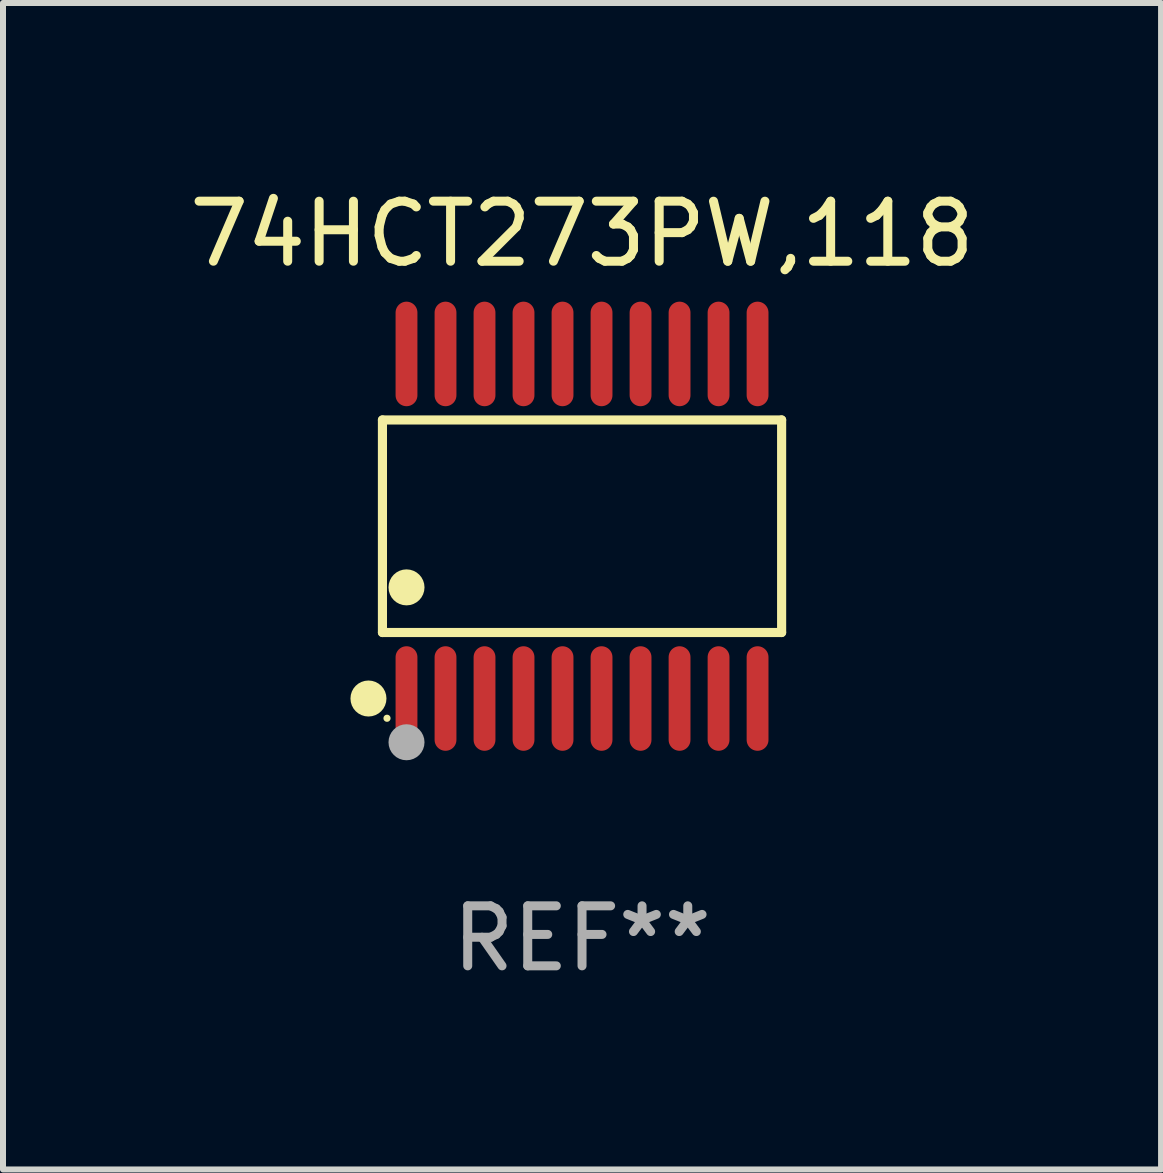
<source format=kicad_pcb>
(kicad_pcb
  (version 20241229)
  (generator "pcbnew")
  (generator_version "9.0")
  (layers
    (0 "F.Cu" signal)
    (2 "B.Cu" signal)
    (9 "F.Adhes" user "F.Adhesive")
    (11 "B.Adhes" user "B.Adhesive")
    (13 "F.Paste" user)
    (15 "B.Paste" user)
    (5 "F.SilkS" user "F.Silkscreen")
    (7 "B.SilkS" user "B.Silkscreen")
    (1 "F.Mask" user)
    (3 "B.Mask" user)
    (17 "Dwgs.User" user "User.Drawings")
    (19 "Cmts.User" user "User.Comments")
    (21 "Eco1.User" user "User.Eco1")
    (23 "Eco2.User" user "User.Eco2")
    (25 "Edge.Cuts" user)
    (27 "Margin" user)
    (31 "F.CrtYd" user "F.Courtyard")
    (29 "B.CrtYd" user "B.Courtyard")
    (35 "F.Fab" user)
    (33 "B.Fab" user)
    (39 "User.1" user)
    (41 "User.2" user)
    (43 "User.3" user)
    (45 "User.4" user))
  (footprint "74HCT273PW,118"
    (layer "F.Cu")
    (at 6.649 5.719)
    (property "Reference" "74HCT273PW,118" (at 0 -4.871 0) (layer "F.SilkS") (effects (font (size 1 1) (thickness 0.15))))
    (attr through_hole)
    (fp_line (start -3.326 -1.771) (end 3.326 -1.771) (stroke (width 0.152) (type solid)) (layer "F.SilkS"))
    (fp_line (start -3.326 1.771) (end -3.326 -1.771) (stroke (width 0.152) (type solid)) (layer "F.SilkS"))
    (fp_line (start 3.326 -1.771) (end 3.326 1.771) (stroke (width 0.152) (type solid)) (layer "F.SilkS"))
    (fp_line (start 3.326 1.771) (end -3.326 1.771) (stroke (width 0.152) (type solid)) (layer "F.SilkS"))
    (fp_circle (center -3.559 2.871) (end -3.409 2.871) (stroke (width 0.3) (type solid)) (fill no) (layer "F.SilkS"))
    (fp_circle (center -3.25 3.2) (end -3.22 3.2) (stroke (width 0.06) (type solid)) (fill no) (layer "F.SilkS"))
    (fp_circle (center -2.925 1.019) (end -2.775 1.019) (stroke (width 0.3) (type solid)) (fill no) (layer "F.SilkS"))
    (fp_circle (center -2.925 3.6) (end -2.775 3.6) (stroke (width 0.3) (type solid)) (fill no) (layer "F.Fab"))
    (fp_text user "REF**" (at 0 6.871 0) (layer "F.Fab") (effects (font (size 1 1) (thickness 0.15))))
    (pad "1" smd oval (at -2.925 2.871) (size 0.364 1.742) (layers "F.Cu" "F.Mask" "F.Paste"))
    (pad "2" smd oval (at -2.275 2.871) (size 0.364 1.742) (layers "F.Cu" "F.Mask" "F.Paste"))
    (pad "3" smd oval (at -1.625 2.871) (size 0.364 1.742) (layers "F.Cu" "F.Mask" "F.Paste"))
    (pad "4" smd oval (at -0.975 2.871) (size 0.364 1.742) (layers "F.Cu" "F.Mask" "F.Paste"))
    (pad "5" smd oval (at -0.325 2.871) (size 0.364 1.742) (layers "F.Cu" "F.Mask" "F.Paste"))
    (pad "6" smd oval (at 0.325 2.871) (size 0.364 1.742) (layers "F.Cu" "F.Mask" "F.Paste"))
    (pad "7" smd oval (at 0.975 2.871) (size 0.364 1.742) (layers "F.Cu" "F.Mask" "F.Paste"))
    (pad "8" smd oval (at 1.625 2.871) (size 0.364 1.742) (layers "F.Cu" "F.Mask" "F.Paste"))
    (pad "9" smd oval (at 2.275 2.871) (size 0.364 1.742) (layers "F.Cu" "F.Mask" "F.Paste"))
    (pad "10" smd oval (at 2.925 2.871) (size 0.364 1.742) (layers "F.Cu" "F.Mask" "F.Paste"))
    (pad "11" smd oval (at 2.925 -2.871) (size 0.364 1.742) (layers "F.Cu" "F.Mask" "F.Paste"))
    (pad "12" smd oval (at 2.275 -2.871) (size 0.364 1.742) (layers "F.Cu" "F.Mask" "F.Paste"))
    (pad "13" smd oval (at 1.625 -2.871) (size 0.364 1.742) (layers "F.Cu" "F.Mask" "F.Paste"))
    (pad "14" smd oval (at 0.975 -2.871) (size 0.364 1.742) (layers "F.Cu" "F.Mask" "F.Paste"))
    (pad "15" smd oval (at 0.325 -2.871) (size 0.364 1.742) (layers "F.Cu" "F.Mask" "F.Paste"))
    (pad "16" smd oval (at -0.325 -2.871) (size 0.364 1.742) (layers "F.Cu" "F.Mask" "F.Paste"))
    (pad "17" smd oval (at -0.975 -2.871) (size 0.364 1.742) (layers "F.Cu" "F.Mask" "F.Paste"))
    (pad "18" smd oval (at -1.625 -2.871) (size 0.364 1.742) (layers "F.Cu" "F.Mask" "F.Paste"))
    (pad "19" smd oval (at -2.275 -2.871) (size 0.364 1.742) (layers "F.Cu" "F.Mask" "F.Paste"))
    (pad "20" smd oval (at -2.925 -2.871) (size 0.364 1.742) (layers "F.Cu" "F.Mask" "F.Paste")))
  (gr_rect
    (start -3 -3)
    (end 16.298 16.438)
    (stroke (width 0.1) (type default))
    (fill no)
    (layer "Edge.Cuts")))
</source>
